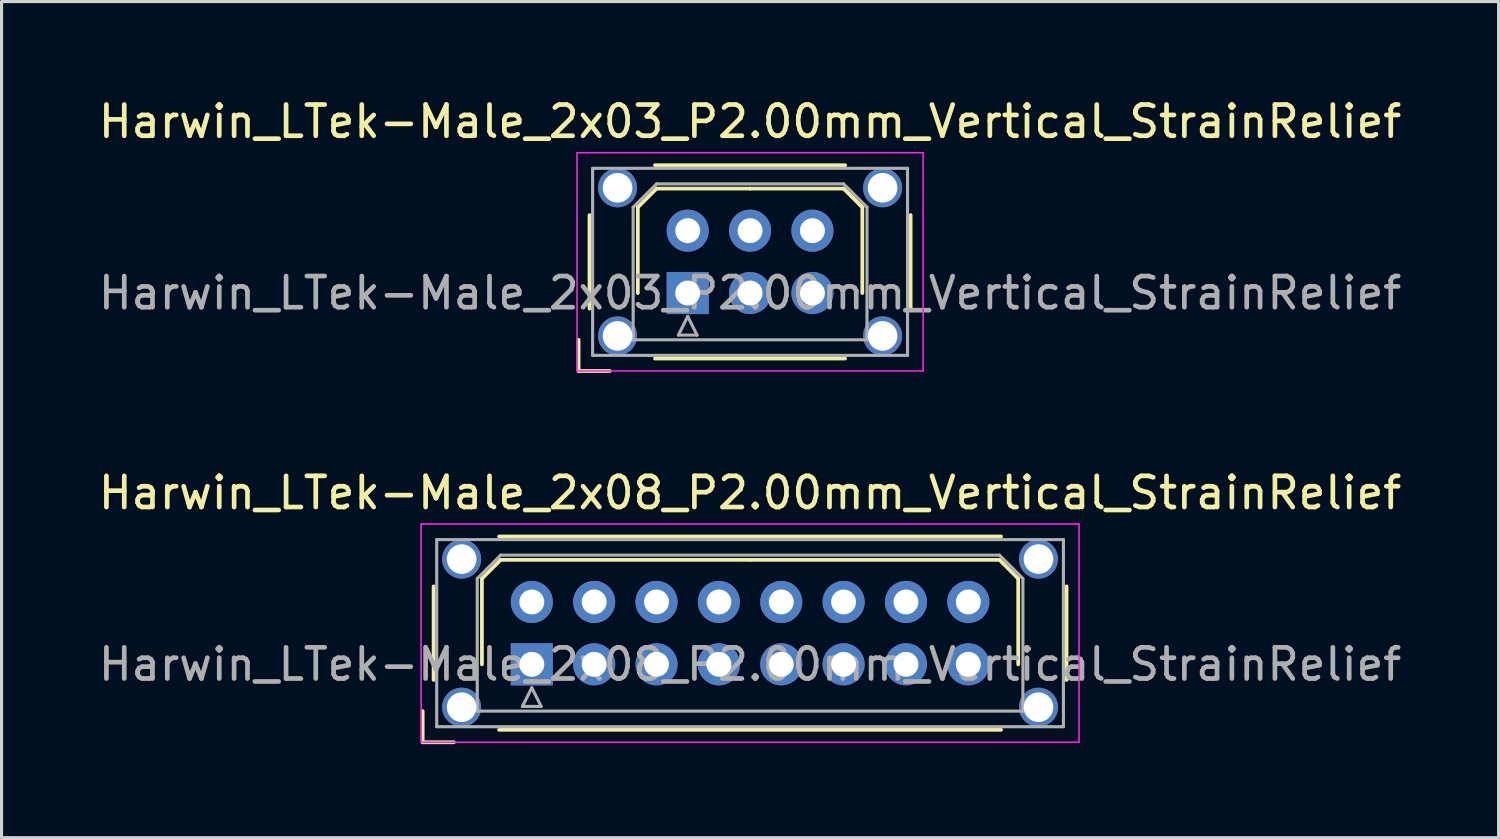
<source format=kicad_pcb>
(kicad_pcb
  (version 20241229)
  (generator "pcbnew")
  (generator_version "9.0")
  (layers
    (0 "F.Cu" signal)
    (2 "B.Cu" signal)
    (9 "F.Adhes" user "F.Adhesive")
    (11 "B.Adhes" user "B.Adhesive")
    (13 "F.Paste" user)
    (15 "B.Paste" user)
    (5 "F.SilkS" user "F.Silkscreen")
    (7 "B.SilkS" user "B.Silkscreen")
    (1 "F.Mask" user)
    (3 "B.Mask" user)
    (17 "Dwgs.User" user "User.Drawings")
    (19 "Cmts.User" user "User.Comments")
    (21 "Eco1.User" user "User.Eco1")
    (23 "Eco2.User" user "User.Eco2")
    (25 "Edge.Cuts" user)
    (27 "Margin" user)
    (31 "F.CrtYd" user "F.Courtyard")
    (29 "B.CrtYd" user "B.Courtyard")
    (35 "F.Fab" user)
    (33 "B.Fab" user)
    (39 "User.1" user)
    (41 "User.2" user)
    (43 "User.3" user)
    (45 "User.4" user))
  (footprint "Harwin_LTek-Male_2x08_P2.00mm_Vertical_StrainRelief"
    (layer "F.Cu")
    (at 14.006 18.256)
    (property "Reference" "Harwin_LTek-Male_2x08_P2.00mm_Vertical_StrainRelief" (at 7 -5.5 0) (layer "F.SilkS") (effects (font (size 1 1) (thickness 0.15))))
    (attr through_hole)
    (fp_line (start -3.5 1.5) (end -3.5 2.5) (stroke (width 0.12) (type solid)) (layer "F.SilkS"))
    (fp_line (start -3.5 2.5) (end -2.5 2.5) (stroke (width 0.12) (type solid)) (layer "F.SilkS"))
    (fp_line (start -3.15 -2.5) (end -3.15 0.5) (stroke (width 0.12) (type solid)) (layer "F.SilkS"))
    (fp_line (start -1.6 -2.75) (end -1 -3.35) (stroke (width 0.12) (type solid)) (layer "F.SilkS"))
    (fp_line (start -1.6 0) (end -1.6 -2.75) (stroke (width 0.12) (type solid)) (layer "F.SilkS"))
    (fp_line (start -1.05 -4.1) (end 15.05 -4.1) (stroke (width 0.12) (type solid)) (layer "F.SilkS"))
    (fp_line (start -1.05 2.1) (end 15.05 2.1) (stroke (width 0.12) (type solid)) (layer "F.SilkS"))
    (fp_line (start -1 -3.35) (end 7 -3.35) (stroke (width 0.12) (type solid)) (layer "F.SilkS"))
    (fp_line (start 15 -3.35) (end 7 -3.35) (stroke (width 0.12) (type solid)) (layer "F.SilkS"))
    (fp_line (start 15.6 -2.75) (end 15 -3.35) (stroke (width 0.12) (type solid)) (layer "F.SilkS"))
    (fp_line (start 15.6 0) (end 15.6 -2.75) (stroke (width 0.12) (type solid)) (layer "F.SilkS"))
    (fp_line (start 17.15 -2.5) (end 17.15 0.5) (stroke (width 0.12) (type solid)) (layer "F.SilkS"))
    (fp_line (start -3.55 -4.5) (end -3.55 2.5) (stroke (width 0.05) (type solid)) (layer "F.CrtYd"))
    (fp_line (start -3.55 2.5) (end 17.55 2.5) (stroke (width 0.05) (type solid)) (layer "F.CrtYd"))
    (fp_line (start 17.55 -4.5) (end -3.55 -4.5) (stroke (width 0.05) (type solid)) (layer "F.CrtYd"))
    (fp_line (start 17.55 2.5) (end 17.55 -4.5) (stroke (width 0.05) (type solid)) (layer "F.CrtYd"))
    (fp_line (start -3.05 -4) (end -3.05 2) (stroke (width 0.1) (type solid)) (layer "F.Fab"))
    (fp_line (start -3.05 2) (end 17.05 2) (stroke (width 0.1) (type solid)) (layer "F.Fab"))
    (fp_line (start -1.75 -2.75) (end -1 -3.5) (stroke (width 0.1) (type solid)) (layer "F.Fab"))
    (fp_line (start -1.75 1.5) (end -1.75 -2.75) (stroke (width 0.1) (type solid)) (layer "F.Fab"))
    (fp_line (start -1 -3.5) (end 15 -3.5) (stroke (width 0.1) (type solid)) (layer "F.Fab"))
    (fp_line (start -0.3 1.35) (end 0.3 1.35) (stroke (width 0.1) (type solid)) (layer "F.Fab"))
    (fp_line (start 0 0.75) (end -0.3 1.35) (stroke (width 0.1) (type solid)) (layer "F.Fab"))
    (fp_line (start 0.3 1.35) (end 0 0.75) (stroke (width 0.1) (type solid)) (layer "F.Fab"))
    (fp_line (start 15 -3.5) (end 15.75 -2.75) (stroke (width 0.1) (type solid)) (layer "F.Fab"))
    (fp_line (start 15.75 -2.75) (end 15.75 1.5) (stroke (width 0.1) (type solid)) (layer "F.Fab"))
    (fp_line (start 15.75 1.5) (end -1.75 1.5) (stroke (width 0.1) (type solid)) (layer "F.Fab"))
    (fp_line (start 17.05 -4) (end -3.05 -4) (stroke (width 0.1) (type solid)) (layer "F.Fab"))
    (fp_line (start 17.05 2) (end 17.05 -4) (stroke (width 0.1) (type solid)) (layer "F.Fab"))
    (fp_text user "${REFERENCE}" (at 7 0 0) (layer "F.Fab") (effects (font (size 1 1) (thickness 0.15))))
    (pad "" thru_hole circle (at -2.25 -3.375) (size 1.25 1.25) (drill 0.95) (layers "*.Cu" "*.Mask"))
    (pad "" thru_hole circle (at -2.25 1.375) (size 1.25 1.25) (drill 0.95) (layers "*.Cu" "*.Mask"))
    (pad "" thru_hole circle (at 16.25 -3.375) (size 1.25 1.25) (drill 0.95) (layers "*.Cu" "*.Mask"))
    (pad "" thru_hole circle (at 16.25 1.375) (size 1.25 1.25) (drill 0.95) (layers "*.Cu" "*.Mask"))
    (pad "1" thru_hole rect (at 0 0) (size 1.35 1.35) (drill 0.8) (layers "*.Cu" "*.Mask"))
    (pad "2" thru_hole circle (at 0 -2) (size 1.35 1.35) (drill 0.8) (layers "*.Cu" "*.Mask"))
    (pad "3" thru_hole circle (at 2 0) (size 1.35 1.35) (drill 0.8) (layers "*.Cu" "*.Mask"))
    (pad "4" thru_hole circle (at 2 -2) (size 1.35 1.35) (drill 0.8) (layers "*.Cu" "*.Mask"))
    (pad "5" thru_hole circle (at 4 0) (size 1.35 1.35) (drill 0.8) (layers "*.Cu" "*.Mask"))
    (pad "6" thru_hole circle (at 4 -2) (size 1.35 1.35) (drill 0.8) (layers "*.Cu" "*.Mask"))
    (pad "7" thru_hole circle (at 6 0) (size 1.35 1.35) (drill 0.8) (layers "*.Cu" "*.Mask"))
    (pad "8" thru_hole circle (at 6 -2) (size 1.35 1.35) (drill 0.8) (layers "*.Cu" "*.Mask"))
    (pad "9" thru_hole circle (at 8 0) (size 1.35 1.35) (drill 0.8) (layers "*.Cu" "*.Mask"))
    (pad "10" thru_hole circle (at 8 -2) (size 1.35 1.35) (drill 0.8) (layers "*.Cu" "*.Mask"))
    (pad "11" thru_hole circle (at 10 0) (size 1.35 1.35) (drill 0.8) (layers "*.Cu" "*.Mask"))
    (pad "12" thru_hole circle (at 10 -2) (size 1.35 1.35) (drill 0.8) (layers "*.Cu" "*.Mask"))
    (pad "13" thru_hole circle (at 12 0) (size 1.35 1.35) (drill 0.8) (layers "*.Cu" "*.Mask"))
    (pad "14" thru_hole circle (at 12 -2) (size 1.35 1.35) (drill 0.8) (layers "*.Cu" "*.Mask"))
    (pad "15" thru_hole circle (at 14 0) (size 1.35 1.35) (drill 0.8) (layers "*.Cu" "*.Mask"))
    (pad "16" thru_hole circle (at 14 -2) (size 1.35 1.35) (drill 0.8) (layers "*.Cu" "*.Mask")))
  (footprint "Harwin_LTek-Male_2x03_P2.00mm_Vertical_StrainRelief"
    (layer "F.Cu")
    (at 19.006 6.348)
    (property "Reference" "Harwin_LTek-Male_2x03_P2.00mm_Vertical_StrainRelief" (at 2 -5.5 0) (layer "F.SilkS") (effects (font (size 1 1) (thickness 0.15))))
    (attr through_hole)
    (fp_line (start -3.5 1.5) (end -3.5 2.5) (stroke (width 0.12) (type solid)) (layer "F.SilkS"))
    (fp_line (start -3.5 2.5) (end -2.5 2.5) (stroke (width 0.12) (type solid)) (layer "F.SilkS"))
    (fp_line (start -3.15 -2.5) (end -3.15 0.5) (stroke (width 0.12) (type solid)) (layer "F.SilkS"))
    (fp_line (start -1.6 -2.75) (end -1 -3.35) (stroke (width 0.12) (type solid)) (layer "F.SilkS"))
    (fp_line (start -1.6 0) (end -1.6 -2.75) (stroke (width 0.12) (type solid)) (layer "F.SilkS"))
    (fp_line (start -1.05 -4.1) (end 5.05 -4.1) (stroke (width 0.12) (type solid)) (layer "F.SilkS"))
    (fp_line (start -1.05 2.1) (end 5.05 2.1) (stroke (width 0.12) (type solid)) (layer "F.SilkS"))
    (fp_line (start -1 -3.35) (end 2 -3.35) (stroke (width 0.12) (type solid)) (layer "F.SilkS"))
    (fp_line (start 5 -3.35) (end 2 -3.35) (stroke (width 0.12) (type solid)) (layer "F.SilkS"))
    (fp_line (start 5.6 -2.75) (end 5 -3.35) (stroke (width 0.12) (type solid)) (layer "F.SilkS"))
    (fp_line (start 5.6 0) (end 5.6 -2.75) (stroke (width 0.12) (type solid)) (layer "F.SilkS"))
    (fp_line (start 7.15 -2.5) (end 7.15 0.5) (stroke (width 0.12) (type solid)) (layer "F.SilkS"))
    (fp_line (start -3.55 -4.5) (end -3.55 2.5) (stroke (width 0.05) (type solid)) (layer "F.CrtYd"))
    (fp_line (start -3.55 2.5) (end 7.55 2.5) (stroke (width 0.05) (type solid)) (layer "F.CrtYd"))
    (fp_line (start 7.55 -4.5) (end -3.55 -4.5) (stroke (width 0.05) (type solid)) (layer "F.CrtYd"))
    (fp_line (start 7.55 2.5) (end 7.55 -4.5) (stroke (width 0.05) (type solid)) (layer "F.CrtYd"))
    (fp_line (start -3.05 -4) (end -3.05 2) (stroke (width 0.1) (type solid)) (layer "F.Fab"))
    (fp_line (start -3.05 2) (end 7.05 2) (stroke (width 0.1) (type solid)) (layer "F.Fab"))
    (fp_line (start -1.75 -2.75) (end -1 -3.5) (stroke (width 0.1) (type solid)) (layer "F.Fab"))
    (fp_line (start -1.75 1.5) (end -1.75 -2.75) (stroke (width 0.1) (type solid)) (layer "F.Fab"))
    (fp_line (start -1 -3.5) (end 5 -3.5) (stroke (width 0.1) (type solid)) (layer "F.Fab"))
    (fp_line (start -0.3 1.35) (end 0.3 1.35) (stroke (width 0.1) (type solid)) (layer "F.Fab"))
    (fp_line (start 0 0.75) (end -0.3 1.35) (stroke (width 0.1) (type solid)) (layer "F.Fab"))
    (fp_line (start 0.3 1.35) (end 0 0.75) (stroke (width 0.1) (type solid)) (layer "F.Fab"))
    (fp_line (start 5 -3.5) (end 5.75 -2.75) (stroke (width 0.1) (type solid)) (layer "F.Fab"))
    (fp_line (start 5.75 -2.75) (end 5.75 1.5) (stroke (width 0.1) (type solid)) (layer "F.Fab"))
    (fp_line (start 5.75 1.5) (end -1.75 1.5) (stroke (width 0.1) (type solid)) (layer "F.Fab"))
    (fp_line (start 7.05 -4) (end -3.05 -4) (stroke (width 0.1) (type solid)) (layer "F.Fab"))
    (fp_line (start 7.05 2) (end 7.05 -4) (stroke (width 0.1) (type solid)) (layer "F.Fab"))
    (fp_text user "${REFERENCE}" (at 2 0 0) (layer "F.Fab") (effects (font (size 1 1) (thickness 0.15))))
    (pad "" thru_hole circle (at -2.25 -3.375) (size 1.25 1.25) (drill 0.95) (layers "*.Cu" "*.Mask"))
    (pad "" thru_hole circle (at -2.25 1.375) (size 1.25 1.25) (drill 0.95) (layers "*.Cu" "*.Mask"))
    (pad "" thru_hole circle (at 6.25 -3.375) (size 1.25 1.25) (drill 0.95) (layers "*.Cu" "*.Mask"))
    (pad "" thru_hole circle (at 6.25 1.375) (size 1.25 1.25) (drill 0.95) (layers "*.Cu" "*.Mask"))
    (pad "1" thru_hole rect (at 0 0) (size 1.35 1.35) (drill 0.8) (layers "*.Cu" "*.Mask"))
    (pad "2" thru_hole circle (at 0 -2) (size 1.35 1.35) (drill 0.8) (layers "*.Cu" "*.Mask"))
    (pad "3" thru_hole circle (at 2 0) (size 1.35 1.35) (drill 0.8) (layers "*.Cu" "*.Mask"))
    (pad "4" thru_hole circle (at 2 -2) (size 1.35 1.35) (drill 0.8) (layers "*.Cu" "*.Mask"))
    (pad "5" thru_hole circle (at 4 0) (size 1.35 1.35) (drill 0.8) (layers "*.Cu" "*.Mask"))
    (pad "6" thru_hole circle (at 4 -2) (size 1.35 1.35) (drill 0.8) (layers "*.Cu" "*.Mask")))
  (gr_rect
    (start -3 -3)
    (end 45.012 23.817)
    (stroke (width 0.1) (type default))
    (fill no)
    (layer "Edge.Cuts")))
</source>
